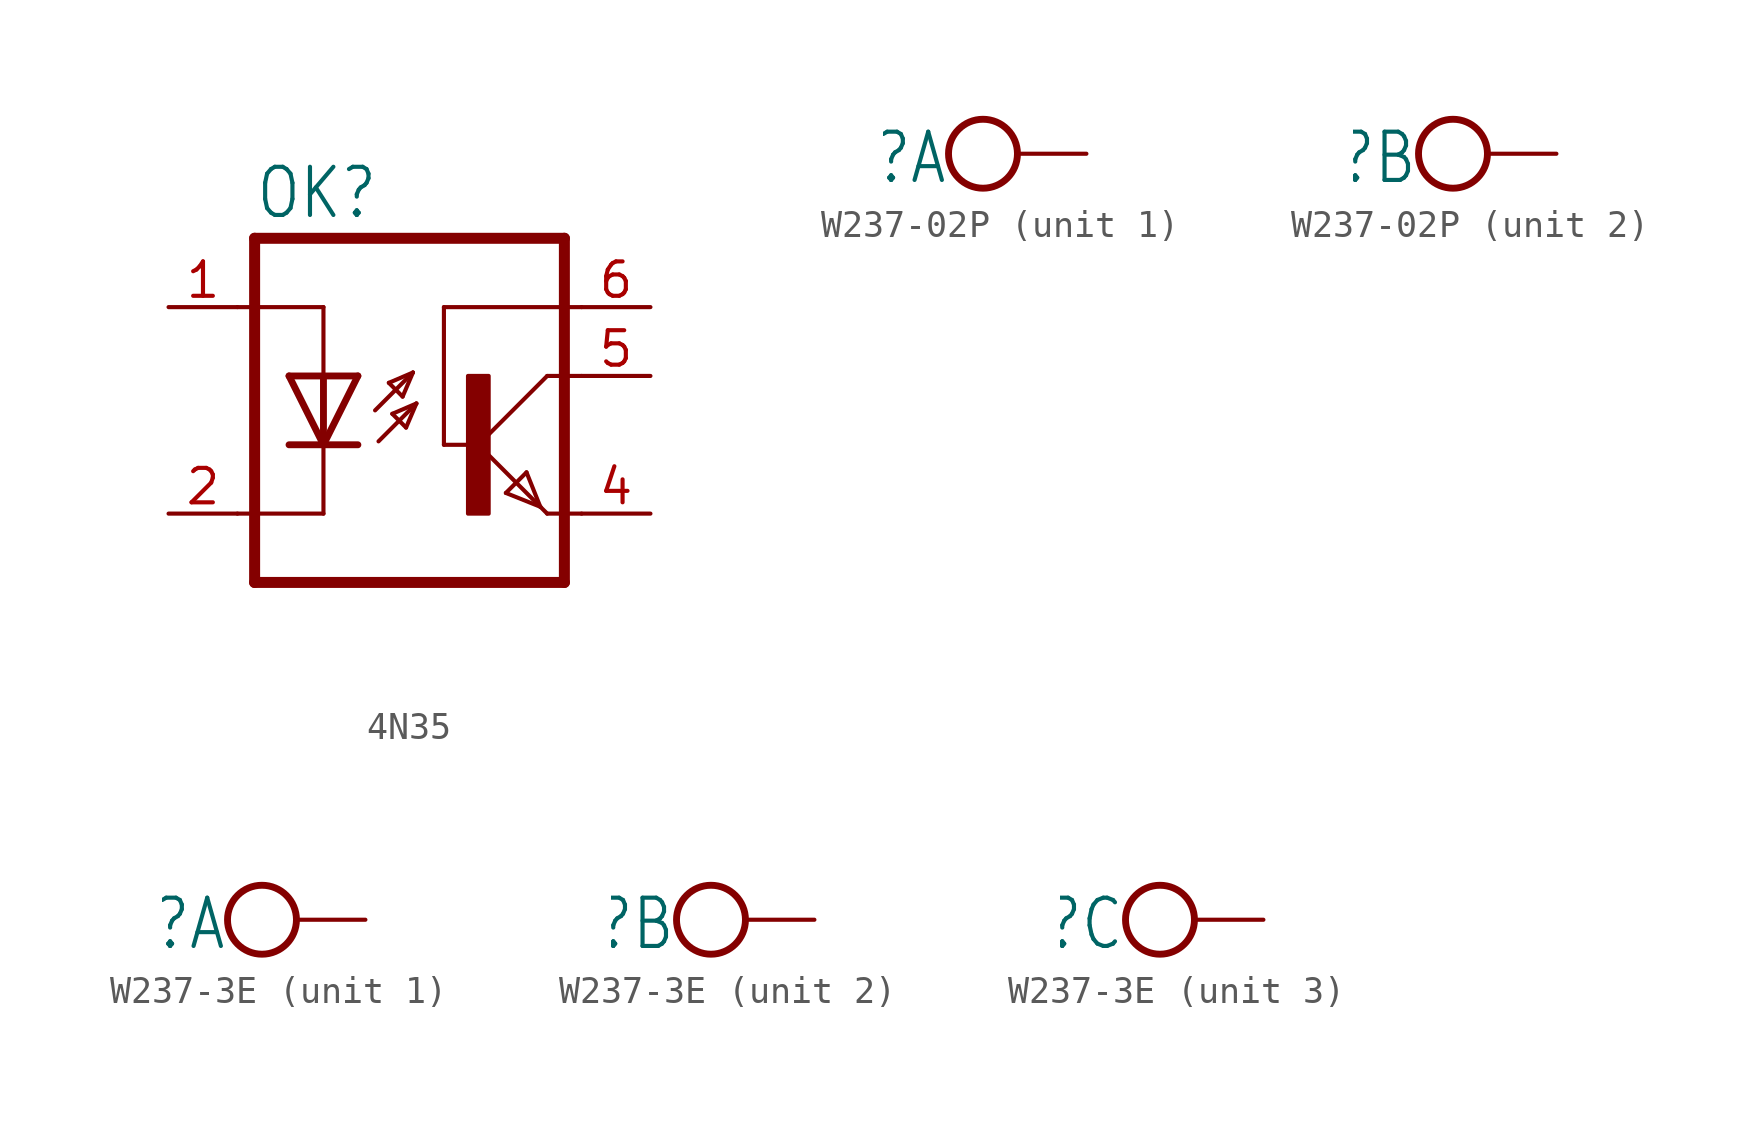
<source format=kicad_sym>
(kicad_symbol_lib
  (version 20220914)
  (generator kicad_symbol_editor)
  (symbol "4N35"
    (property "Reference" "OK"
      (at -6.985 5.715 0)
      (effects (font (size 1.778 1.511)) (justify left bottom)))
    (property "Value" ""
      (at -6.985 -10.16 0)
      (effects (font (size 1.778 1.511)) (justify left bottom)))
    (property "ki_locked" ""
      (at 0 0 0)
      (effects (font (size 1.27 1.27))))
    (symbol "4N35_1_0"
      (polyline (pts (xy -7.62 2.54) (xy -4.445 2.54)) (stroke (width 0.152) (type solid)) (fill (type none)))
      (polyline (pts (xy -6.985 -7.62) (xy 4.445 -7.62)) (stroke (width 0.406) (type solid)) (fill (type none)))
      (polyline (pts (xy -6.985 5.08) (xy -6.985 -7.62)) (stroke (width 0.406) (type solid)) (fill (type none)))
      (polyline (pts (xy -6.985 5.08) (xy 4.445 5.08)) (stroke (width 0.406) (type solid)) (fill (type none)))
      (polyline (pts (xy -4.445 -5.08) (xy -7.62 -5.08)) (stroke (width 0.152) (type solid)) (fill (type none)))
      (polyline (pts (xy -4.445 -2.54) (xy -5.715 -2.54)) (stroke (width 0.254) (type solid)) (fill (type none)))
      (polyline (pts (xy -4.445 -2.54) (xy -5.715 0)) (stroke (width 0.254) (type solid)) (fill (type none)))
      (polyline (pts (xy -4.445 -2.54) (xy -4.445 -5.08)) (stroke (width 0.152) (type solid)) (fill (type none)))
      (polyline (pts (xy -4.445 0) (xy -5.715 0)) (stroke (width 0.254) (type solid)) (fill (type none)))
      (polyline (pts (xy -4.445 0) (xy -4.445 -2.54)) (stroke (width 0.254) (type solid)) (fill (type none)))
      (polyline (pts (xy -4.445 2.54) (xy -4.445 0)) (stroke (width 0.152) (type solid)) (fill (type none)))
      (polyline (pts (xy -3.175 -2.54) (xy -4.445 -2.54)) (stroke (width 0.254) (type solid)) (fill (type none)))
      (polyline (pts (xy -3.175 0) (xy -4.445 -2.54)) (stroke (width 0.254) (type solid)) (fill (type none)))
      (polyline (pts (xy -3.175 0) (xy -4.445 0)) (stroke (width 0.254) (type solid)) (fill (type none)))
      (polyline (pts (xy -2.54 -1.27) (xy -1.143 0.127)) (stroke (width 0.152) (type solid)) (fill (type none)))
      (polyline (pts (xy -2.413 -2.413) (xy -1.016 -1.016)) (stroke (width 0.152) (type solid)) (fill (type none)))
      (polyline (pts (xy -2.032 -0.254) (xy -1.524 -0.762)) (stroke (width 0.152) (type solid)) (fill (type none)))
      (polyline (pts (xy -1.905 -1.397) (xy -1.397 -1.905)) (stroke (width 0.152) (type solid)) (fill (type none)))
      (polyline (pts (xy -1.524 -0.762) (xy -1.143 0.127)) (stroke (width 0.152) (type solid)) (fill (type none)))
      (polyline (pts (xy -1.397 -1.905) (xy -1.016 -1.016)) (stroke (width 0.152) (type solid)) (fill (type none)))
      (polyline (pts (xy -1.143 0.127) (xy -2.032 -0.254)) (stroke (width 0.152) (type solid)) (fill (type none)))
      (polyline (pts (xy -1.016 -1.016) (xy -1.905 -1.397)) (stroke (width 0.152) (type solid)) (fill (type none)))
      (polyline (pts (xy 0 -2.54) (xy 0 2.54)) (stroke (width 0.152) (type solid)) (fill (type none)))
      (polyline (pts (xy 0 -2.54) (xy 1.016 -2.54)) (stroke (width 0.152) (type solid)) (fill (type none)))
      (polyline (pts (xy 0 2.54) (xy 5.08 2.54)) (stroke (width 0.152) (type solid)) (fill (type none)))
      (polyline (pts (xy 1.27 -2.54) (xy 3.556 -4.826)) (stroke (width 0.152) (type solid)) (fill (type none)))
      (polyline (pts (xy 2.286 -4.318) (xy 3.048 -3.556)) (stroke (width 0.152) (type solid)) (fill (type none)))
      (polyline (pts (xy 3.048 -3.556) (xy 3.556 -4.826)) (stroke (width 0.152) (type solid)) (fill (type none)))
      (polyline (pts (xy 3.556 -4.826) (xy 2.286 -4.318)) (stroke (width 0.152) (type solid)) (fill (type none)))
      (polyline (pts (xy 3.556 -4.826) (xy 3.81 -5.08)) (stroke (width 0.152) (type solid)) (fill (type none)))
      (polyline (pts (xy 3.81 -5.08) (xy 5.08 -5.08)) (stroke (width 0.152) (type solid)) (fill (type none)))
      (polyline (pts (xy 3.81 0) (xy 1.27 -2.54)) (stroke (width 0.152) (type solid)) (fill (type none)))
      (polyline (pts (xy 3.81 0) (xy 5.08 0)) (stroke (width 0.152) (type solid)) (fill (type none)))
      (polyline (pts (xy 4.445 5.08) (xy 4.445 -7.62)) (stroke (width 0.406) (type solid)) (fill (type none)))
      (rectangle (start 0.889 -5.08) (end 1.651 0) (stroke (width 0) (type default)) (fill (type outline)))
      (pin passive line (at -10.16 2.54 0) (length 2.54) (name "A" (effects (font (size 0 0)))) (number "1" (effects (font (size 1.27 1.27)))))
      (pin passive line (at -10.16 -5.08 0) (length 2.54) (name "C" (effects (font (size 0 0)))) (number "2" (effects (font (size 1.27 1.27)))))
      (pin passive line (at 7.62 -5.08 180) (length 2.54) (name "EMI" (effects (font (size 0 0)))) (number "4" (effects (font (size 1.27 1.27)))))
      (pin passive line (at 7.62 0 180) (length 2.54) (name "COL" (effects (font (size 0 0)))) (number "5" (effects (font (size 1.27 1.27)))))
      (pin passive line (at 7.62 2.54 180) (length 2.54) (name "BAS" (effects (font (size 0 0)))) (number "6" (effects (font (size 1.27 1.27)))))))
  (symbol "W237-02P"
    (property "Reference" "X"
      (at 0 0.889 0)
      (effects (font (size 1.778 1.511)) (justify right top)))
    (property "ki_locked" ""
      (at 0 0 0)
      (effects (font (size 1.27 1.27))))
    (symbol "W237-02P_1_0"
      (circle (center 1.27 0) (radius 1.27) (stroke (width 0.254) (type solid)) (fill (type none)))
      (pin passive line (at 5.08 0 180) (length 2.54) (name "KL" (effects (font (size 0 0)))) (number "1" (effects (font (size 0 0))))))
    (symbol "W237-02P_2_0"
      (circle (center 1.27 0) (radius 1.27) (stroke (width 0.254) (type solid)) (fill (type none)))
      (pin passive line (at 5.08 0 180) (length 2.54) (name "KL" (effects (font (size 0 0)))) (number "2" (effects (font (size 0 0)))))))
  (symbol "W237-3E"
    (property "Reference" "X"
      (at 0 0.889 0)
      (effects (font (size 1.778 1.511)) (justify right top)))
    (property "ki_locked" ""
      (at 0 0 0)
      (effects (font (size 1.27 1.27))))
    (symbol "W237-3E_1_0"
      (circle (center 1.27 0) (radius 1.27) (stroke (width 0.254) (type solid)) (fill (type none)))
      (pin passive line (at 5.08 0 180) (length 2.54) (name "KL" (effects (font (size 0 0)))) (number "1" (effects (font (size 0 0))))))
    (symbol "W237-3E_2_0"
      (circle (center 1.27 0) (radius 1.27) (stroke (width 0.254) (type solid)) (fill (type none)))
      (pin passive line (at 5.08 0 180) (length 2.54) (name "KL" (effects (font (size 0 0)))) (number "2" (effects (font (size 0 0))))))
    (symbol "W237-3E_3_0"
      (circle (center 1.27 0) (radius 1.27) (stroke (width 0.254) (type solid)) (fill (type none)))
      (pin passive line (at 5.08 0 180) (length 2.54) (name "KL" (effects (font (size 0 0)))) (number "3" (effects (font (size 0 0))))))))
</source>
